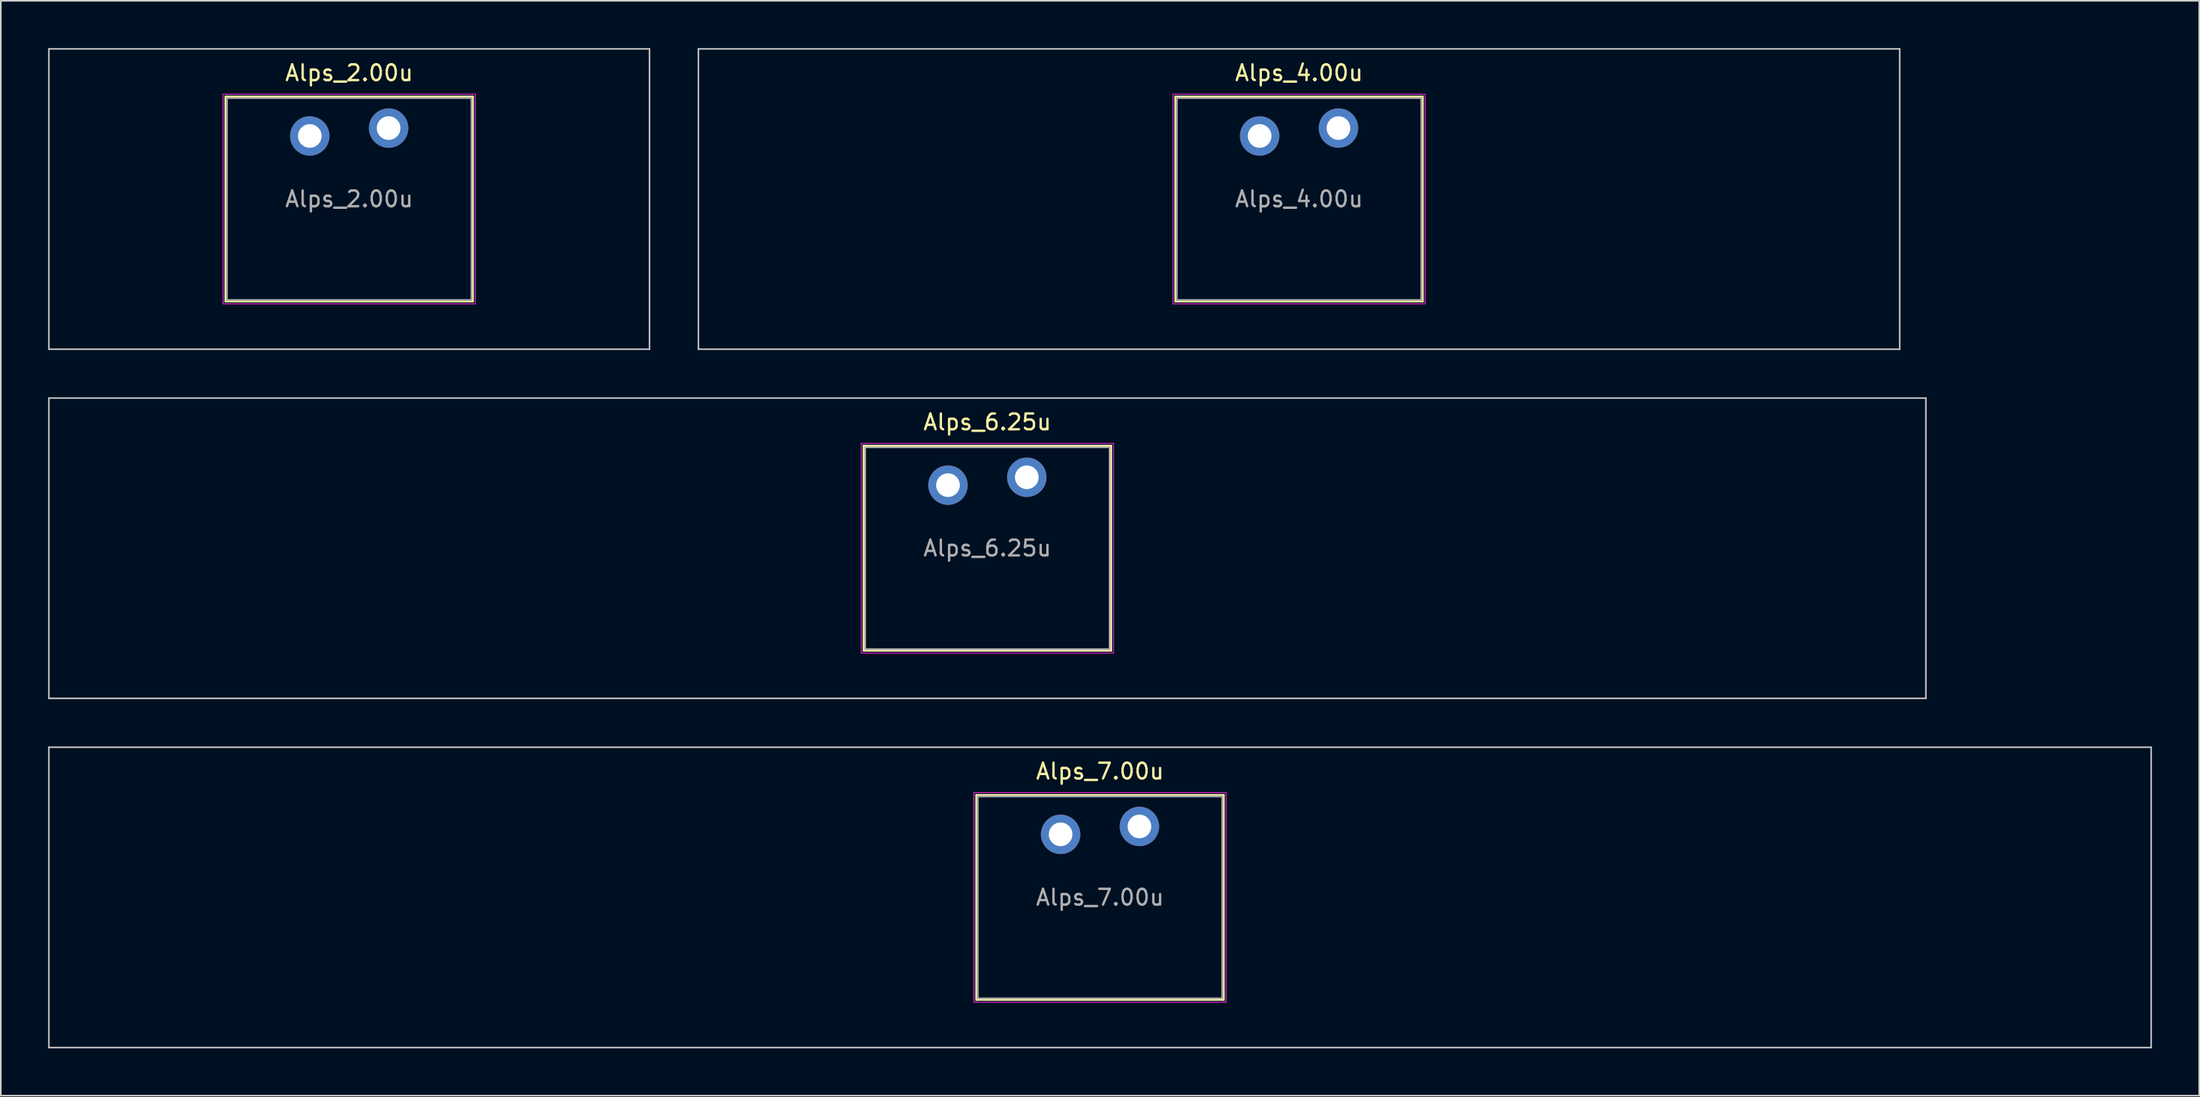
<source format=kicad_pcb>
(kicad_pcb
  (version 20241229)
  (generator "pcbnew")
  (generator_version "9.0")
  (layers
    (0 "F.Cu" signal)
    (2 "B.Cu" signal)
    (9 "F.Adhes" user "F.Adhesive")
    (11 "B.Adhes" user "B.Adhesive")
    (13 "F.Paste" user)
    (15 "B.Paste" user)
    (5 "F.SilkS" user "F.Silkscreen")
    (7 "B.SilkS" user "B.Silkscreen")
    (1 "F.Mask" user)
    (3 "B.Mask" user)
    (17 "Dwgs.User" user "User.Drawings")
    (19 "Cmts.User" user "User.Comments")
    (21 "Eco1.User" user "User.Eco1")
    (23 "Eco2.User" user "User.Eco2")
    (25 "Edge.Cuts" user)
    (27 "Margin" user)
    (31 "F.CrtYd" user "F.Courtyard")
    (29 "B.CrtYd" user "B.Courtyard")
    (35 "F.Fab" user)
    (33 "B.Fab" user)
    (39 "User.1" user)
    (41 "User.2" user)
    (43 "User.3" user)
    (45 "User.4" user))
  (footprint "Alps_6.25u"
    (layer "F.Cu")
    (at 59.581 31.725)
    (property "Reference" "Alps_6.25u" (at 0 -8 0) (layer "F.SilkS") (effects (font (size 1 1) (thickness 0.15))))
    (attr through_hole)
    (fp_line (start -7.85 -6.5) (end -7.85 6.5) (stroke (width 0.12) (type solid)) (layer "F.SilkS"))
    (fp_line (start -7.85 6.5) (end 7.85 6.5) (stroke (width 0.12) (type solid)) (layer "F.SilkS"))
    (fp_line (start 7.85 -6.5) (end -7.85 -6.5) (stroke (width 0.12) (type solid)) (layer "F.SilkS"))
    (fp_line (start 7.85 6.5) (end 7.85 -6.5) (stroke (width 0.12) (type solid)) (layer "F.SilkS"))
    (fp_line (start -59.531 -9.525) (end -59.531 9.525) (stroke (width 0.1) (type solid)) (layer "Dwgs.User"))
    (fp_line (start -59.531 9.525) (end 59.531 9.525) (stroke (width 0.1) (type solid)) (layer "Dwgs.User"))
    (fp_line (start 59.531 -9.525) (end -59.531 -9.525) (stroke (width 0.1) (type solid)) (layer "Dwgs.User"))
    (fp_line (start 59.531 9.525) (end 59.531 -9.525) (stroke (width 0.1) (type solid)) (layer "Dwgs.User"))
    (fp_line (start -7.75 -6.4) (end -7.75 6.4) (stroke (width 0.1) (type solid)) (layer "Eco1.User"))
    (fp_line (start -7.75 6.4) (end 7.75 6.4) (stroke (width 0.1) (type solid)) (layer "Eco1.User"))
    (fp_line (start 7.75 -6.4) (end -7.75 -6.4) (stroke (width 0.1) (type solid)) (layer "Eco1.User"))
    (fp_line (start 7.75 6.4) (end 7.75 -6.4) (stroke (width 0.1) (type solid)) (layer "Eco1.User"))
    (fp_line (start -8 -6.65) (end -8 6.65) (stroke (width 0.05) (type solid)) (layer "F.CrtYd"))
    (fp_line (start -8 6.65) (end 8 6.65) (stroke (width 0.05) (type solid)) (layer "F.CrtYd"))
    (fp_line (start 8 -6.65) (end -8 -6.65) (stroke (width 0.05) (type solid)) (layer "F.CrtYd"))
    (fp_line (start 8 6.65) (end 8 -6.65) (stroke (width 0.05) (type solid)) (layer "F.CrtYd"))
    (fp_line (start -7.75 -6.4) (end -7.75 6.4) (stroke (width 0.1) (type solid)) (layer "F.Fab"))
    (fp_line (start -7.75 6.4) (end 7.75 6.4) (stroke (width 0.1) (type solid)) (layer "F.Fab"))
    (fp_line (start 7.75 -6.4) (end -7.75 -6.4) (stroke (width 0.1) (type solid)) (layer "F.Fab"))
    (fp_line (start 7.75 6.4) (end 7.75 -6.4) (stroke (width 0.1) (type solid)) (layer "F.Fab"))
    (fp_text user "${REFERENCE}" (at 0 0 0) (layer "F.Fab") (effects (font (size 1 1) (thickness 0.15))))
    (pad "1" thru_hole circle (at -2.5 -4) (size 2.5 2.5) (drill 1.5) (layers "*.Cu" "*.Mask"))
    (pad "2" thru_hole circle (at 2.5 -4.5) (size 2.5 2.5) (drill 1.5) (layers "*.Cu" "*.Mask")))
  (footprint "Alps_7.00u"
    (layer "F.Cu")
    (at 66.725 53.875)
    (property "Reference" "Alps_7.00u" (at 0 -8 0) (layer "F.SilkS") (effects (font (size 1 1) (thickness 0.15))))
    (attr through_hole)
    (fp_line (start -7.85 -6.5) (end -7.85 6.5) (stroke (width 0.12) (type solid)) (layer "F.SilkS"))
    (fp_line (start -7.85 6.5) (end 7.85 6.5) (stroke (width 0.12) (type solid)) (layer "F.SilkS"))
    (fp_line (start 7.85 -6.5) (end -7.85 -6.5) (stroke (width 0.12) (type solid)) (layer "F.SilkS"))
    (fp_line (start 7.85 6.5) (end 7.85 -6.5) (stroke (width 0.12) (type solid)) (layer "F.SilkS"))
    (fp_line (start -66.675 -9.525) (end -66.675 9.525) (stroke (width 0.1) (type solid)) (layer "Dwgs.User"))
    (fp_line (start -66.675 9.525) (end 66.675 9.525) (stroke (width 0.1) (type solid)) (layer "Dwgs.User"))
    (fp_line (start 66.675 -9.525) (end -66.675 -9.525) (stroke (width 0.1) (type solid)) (layer "Dwgs.User"))
    (fp_line (start 66.675 9.525) (end 66.675 -9.525) (stroke (width 0.1) (type solid)) (layer "Dwgs.User"))
    (fp_line (start -7.75 -6.4) (end -7.75 6.4) (stroke (width 0.1) (type solid)) (layer "Eco1.User"))
    (fp_line (start -7.75 6.4) (end 7.75 6.4) (stroke (width 0.1) (type solid)) (layer "Eco1.User"))
    (fp_line (start 7.75 -6.4) (end -7.75 -6.4) (stroke (width 0.1) (type solid)) (layer "Eco1.User"))
    (fp_line (start 7.75 6.4) (end 7.75 -6.4) (stroke (width 0.1) (type solid)) (layer "Eco1.User"))
    (fp_line (start -8 -6.65) (end -8 6.65) (stroke (width 0.05) (type solid)) (layer "F.CrtYd"))
    (fp_line (start -8 6.65) (end 8 6.65) (stroke (width 0.05) (type solid)) (layer "F.CrtYd"))
    (fp_line (start 8 -6.65) (end -8 -6.65) (stroke (width 0.05) (type solid)) (layer "F.CrtYd"))
    (fp_line (start 8 6.65) (end 8 -6.65) (stroke (width 0.05) (type solid)) (layer "F.CrtYd"))
    (fp_line (start -7.75 -6.4) (end -7.75 6.4) (stroke (width 0.1) (type solid)) (layer "F.Fab"))
    (fp_line (start -7.75 6.4) (end 7.75 6.4) (stroke (width 0.1) (type solid)) (layer "F.Fab"))
    (fp_line (start 7.75 -6.4) (end -7.75 -6.4) (stroke (width 0.1) (type solid)) (layer "F.Fab"))
    (fp_line (start 7.75 6.4) (end 7.75 -6.4) (stroke (width 0.1) (type solid)) (layer "F.Fab"))
    (fp_text user "${REFERENCE}" (at 0 0 0) (layer "F.Fab") (effects (font (size 1 1) (thickness 0.15))))
    (pad "1" thru_hole circle (at -2.5 -4) (size 2.5 2.5) (drill 1.5) (layers "*.Cu" "*.Mask"))
    (pad "2" thru_hole circle (at 2.5 -4.5) (size 2.5 2.5) (drill 1.5) (layers "*.Cu" "*.Mask")))
  (footprint "Alps_4.00u"
    (layer "F.Cu")
    (at 79.35 9.575)
    (property "Reference" "Alps_4.00u" (at 0 -8 0) (layer "F.SilkS") (effects (font (size 1 1) (thickness 0.15))))
    (attr through_hole)
    (fp_line (start -7.85 -6.5) (end -7.85 6.5) (stroke (width 0.12) (type solid)) (layer "F.SilkS"))
    (fp_line (start -7.85 6.5) (end 7.85 6.5) (stroke (width 0.12) (type solid)) (layer "F.SilkS"))
    (fp_line (start 7.85 -6.5) (end -7.85 -6.5) (stroke (width 0.12) (type solid)) (layer "F.SilkS"))
    (fp_line (start 7.85 6.5) (end 7.85 -6.5) (stroke (width 0.12) (type solid)) (layer "F.SilkS"))
    (fp_line (start -38.1 -9.525) (end -38.1 9.525) (stroke (width 0.1) (type solid)) (layer "Dwgs.User"))
    (fp_line (start -38.1 9.525) (end 38.1 9.525) (stroke (width 0.1) (type solid)) (layer "Dwgs.User"))
    (fp_line (start 38.1 -9.525) (end -38.1 -9.525) (stroke (width 0.1) (type solid)) (layer "Dwgs.User"))
    (fp_line (start 38.1 9.525) (end 38.1 -9.525) (stroke (width 0.1) (type solid)) (layer "Dwgs.User"))
    (fp_line (start -7.75 -6.4) (end -7.75 6.4) (stroke (width 0.1) (type solid)) (layer "Eco1.User"))
    (fp_line (start -7.75 6.4) (end 7.75 6.4) (stroke (width 0.1) (type solid)) (layer "Eco1.User"))
    (fp_line (start 7.75 -6.4) (end -7.75 -6.4) (stroke (width 0.1) (type solid)) (layer "Eco1.User"))
    (fp_line (start 7.75 6.4) (end 7.75 -6.4) (stroke (width 0.1) (type solid)) (layer "Eco1.User"))
    (fp_line (start -8 -6.65) (end -8 6.65) (stroke (width 0.05) (type solid)) (layer "F.CrtYd"))
    (fp_line (start -8 6.65) (end 8 6.65) (stroke (width 0.05) (type solid)) (layer "F.CrtYd"))
    (fp_line (start 8 -6.65) (end -8 -6.65) (stroke (width 0.05) (type solid)) (layer "F.CrtYd"))
    (fp_line (start 8 6.65) (end 8 -6.65) (stroke (width 0.05) (type solid)) (layer "F.CrtYd"))
    (fp_line (start -7.75 -6.4) (end -7.75 6.4) (stroke (width 0.1) (type solid)) (layer "F.Fab"))
    (fp_line (start -7.75 6.4) (end 7.75 6.4) (stroke (width 0.1) (type solid)) (layer "F.Fab"))
    (fp_line (start 7.75 -6.4) (end -7.75 -6.4) (stroke (width 0.1) (type solid)) (layer "F.Fab"))
    (fp_line (start 7.75 6.4) (end 7.75 -6.4) (stroke (width 0.1) (type solid)) (layer "F.Fab"))
    (fp_text user "${REFERENCE}" (at 0 0 0) (layer "F.Fab") (effects (font (size 1 1) (thickness 0.15))))
    (pad "1" thru_hole circle (at -2.5 -4) (size 2.5 2.5) (drill 1.5) (layers "*.Cu" "*.Mask"))
    (pad "2" thru_hole circle (at 2.5 -4.5) (size 2.5 2.5) (drill 1.5) (layers "*.Cu" "*.Mask")))
  (footprint "Alps_2.00u"
    (layer "F.Cu")
    (at 19.1 9.575)
    (property "Reference" "Alps_2.00u" (at 0 -8 0) (layer "F.SilkS") (effects (font (size 1 1) (thickness 0.15))))
    (attr through_hole)
    (fp_line (start -7.85 -6.5) (end -7.85 6.5) (stroke (width 0.12) (type solid)) (layer "F.SilkS"))
    (fp_line (start -7.85 6.5) (end 7.85 6.5) (stroke (width 0.12) (type solid)) (layer "F.SilkS"))
    (fp_line (start 7.85 -6.5) (end -7.85 -6.5) (stroke (width 0.12) (type solid)) (layer "F.SilkS"))
    (fp_line (start 7.85 6.5) (end 7.85 -6.5) (stroke (width 0.12) (type solid)) (layer "F.SilkS"))
    (fp_line (start -19.05 -9.525) (end -19.05 9.525) (stroke (width 0.1) (type solid)) (layer "Dwgs.User"))
    (fp_line (start -19.05 9.525) (end 19.05 9.525) (stroke (width 0.1) (type solid)) (layer "Dwgs.User"))
    (fp_line (start 19.05 -9.525) (end -19.05 -9.525) (stroke (width 0.1) (type solid)) (layer "Dwgs.User"))
    (fp_line (start 19.05 9.525) (end 19.05 -9.525) (stroke (width 0.1) (type solid)) (layer "Dwgs.User"))
    (fp_line (start -7.75 -6.4) (end -7.75 6.4) (stroke (width 0.1) (type solid)) (layer "Eco1.User"))
    (fp_line (start -7.75 6.4) (end 7.75 6.4) (stroke (width 0.1) (type solid)) (layer "Eco1.User"))
    (fp_line (start 7.75 -6.4) (end -7.75 -6.4) (stroke (width 0.1) (type solid)) (layer "Eco1.User"))
    (fp_line (start 7.75 6.4) (end 7.75 -6.4) (stroke (width 0.1) (type solid)) (layer "Eco1.User"))
    (fp_line (start -8 -6.65) (end -8 6.65) (stroke (width 0.05) (type solid)) (layer "F.CrtYd"))
    (fp_line (start -8 6.65) (end 8 6.65) (stroke (width 0.05) (type solid)) (layer "F.CrtYd"))
    (fp_line (start 8 -6.65) (end -8 -6.65) (stroke (width 0.05) (type solid)) (layer "F.CrtYd"))
    (fp_line (start 8 6.65) (end 8 -6.65) (stroke (width 0.05) (type solid)) (layer "F.CrtYd"))
    (fp_line (start -7.75 -6.4) (end -7.75 6.4) (stroke (width 0.1) (type solid)) (layer "F.Fab"))
    (fp_line (start -7.75 6.4) (end 7.75 6.4) (stroke (width 0.1) (type solid)) (layer "F.Fab"))
    (fp_line (start 7.75 -6.4) (end -7.75 -6.4) (stroke (width 0.1) (type solid)) (layer "F.Fab"))
    (fp_line (start 7.75 6.4) (end 7.75 -6.4) (stroke (width 0.1) (type solid)) (layer "F.Fab"))
    (fp_text user "${REFERENCE}" (at 0 0 0) (layer "F.Fab") (effects (font (size 1 1) (thickness 0.15))))
    (pad "1" thru_hole circle (at -2.5 -4) (size 2.5 2.5) (drill 1.5) (layers "*.Cu" "*.Mask"))
    (pad "2" thru_hole circle (at 2.5 -4.5) (size 2.5 2.5) (drill 1.5) (layers "*.Cu" "*.Mask")))
  (gr_rect
    (start -3 -3)
    (end 136.45 66.45)
    (stroke (width 0.1) (type default))
    (fill no)
    (layer "Edge.Cuts")))
</source>
